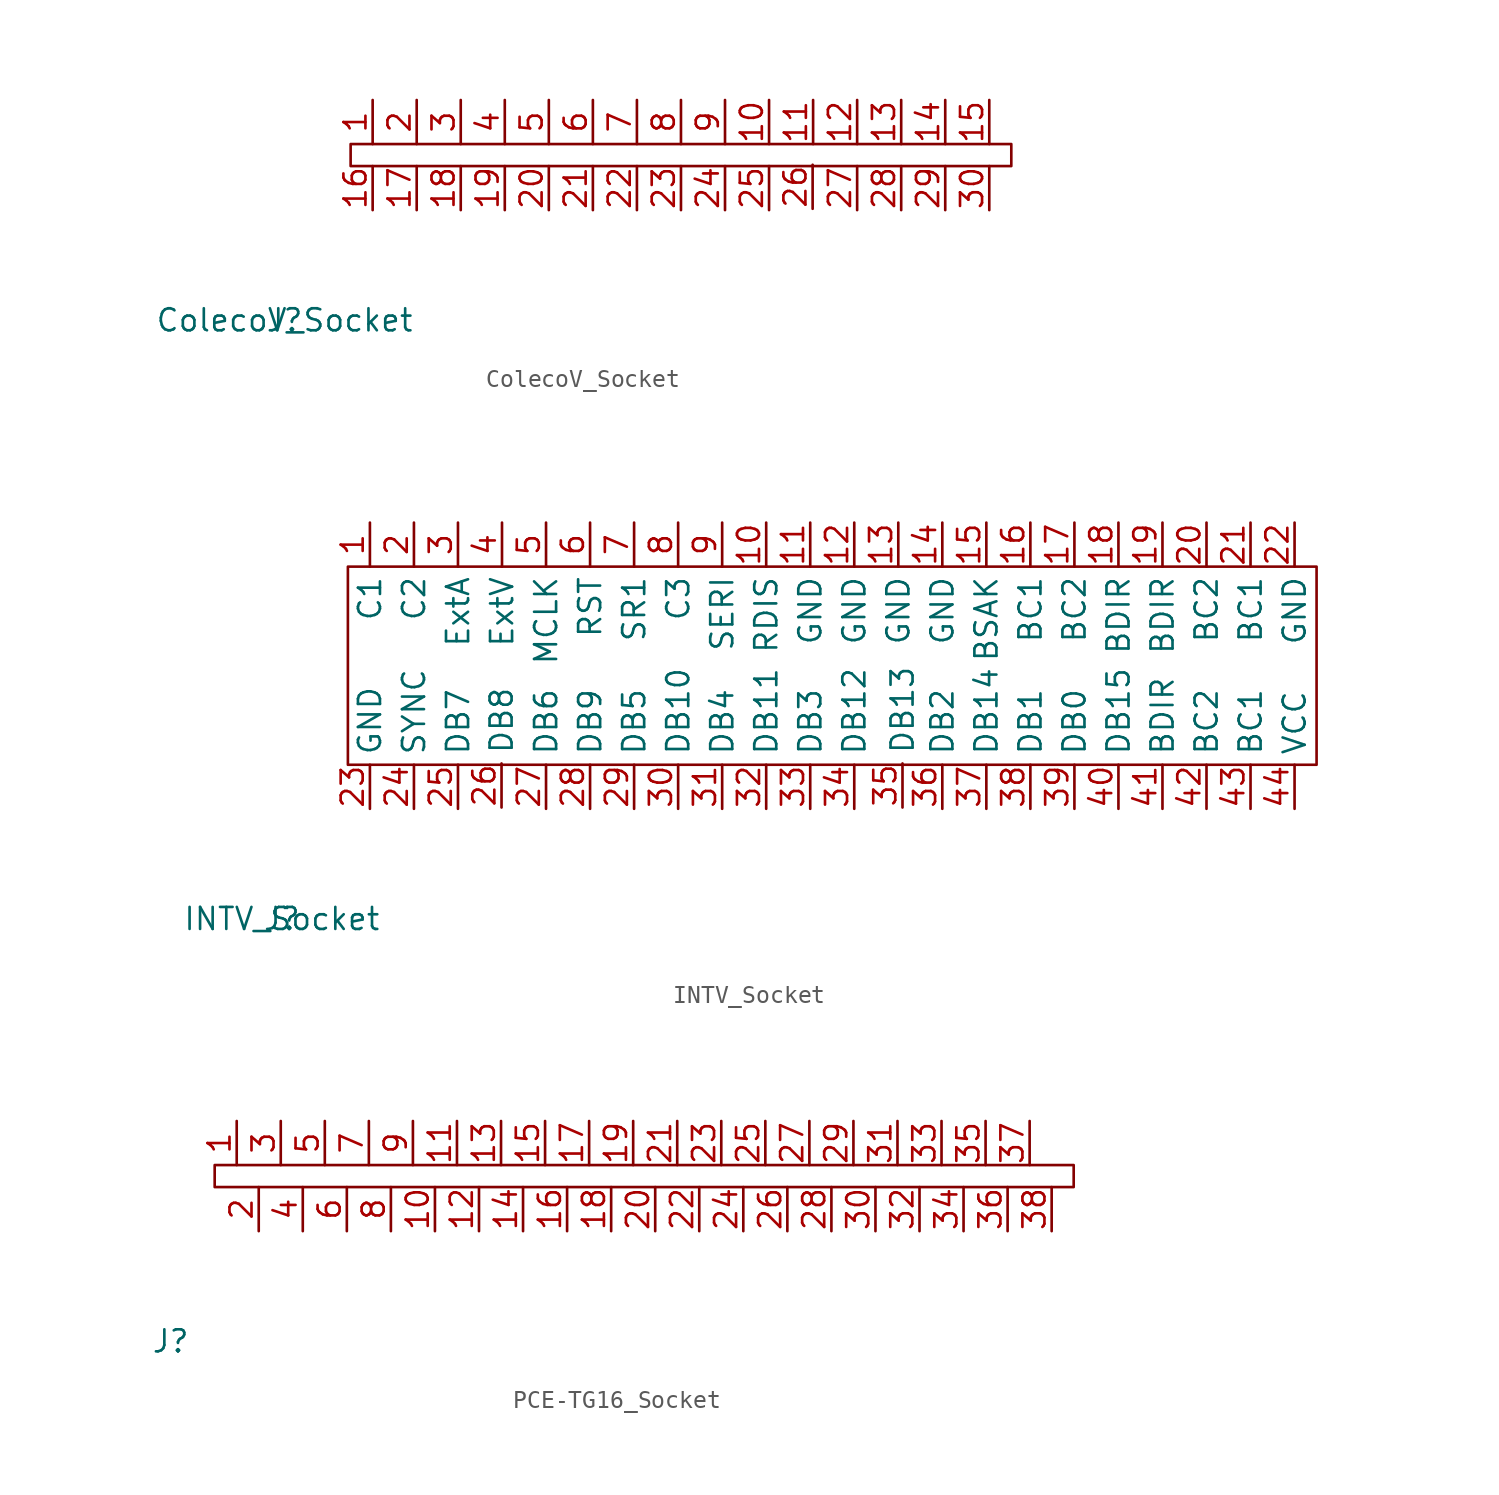
<source format=kicad_sym>
(kicad_symbol_lib
  (version 20211014)
  (generator kicad_symbol_editor)
  (symbol "ColecoV_Socket"
    (property "Reference" "J"
      (at 0 0 0)
      (effects (font (size 1.27 1.27))))
    (property "Value" "ColecoV_Socket"
      (at 0 0 0)
      (effects (font (size 1.27 1.27))))
    (symbol "ColecoV_Socket_0_1"
      (rectangle (start 3.81 10.16) (end 41.91 8.89) (stroke (width 0) (type default) (color 0 0 0 0)) (fill (type none))))
    (symbol "ColecoV_Socket_1_1"
      (pin input line (at 5.08 12.7 270) (length 2.54) (name "" (effects (font (size 1.27 1.27)))) (number "1" (effects (font (size 1.27 1.27)))))
      (pin input line (at 27.94 12.7 270) (length 2.54) (name "" (effects (font (size 1.27 1.27)))) (number "10" (effects (font (size 1.27 1.27)))))
      (pin input line (at 30.48 12.7 270) (length 2.54) (name "" (effects (font (size 1.27 1.27)))) (number "11" (effects (font (size 1.27 1.27)))))
      (pin input line (at 33.02 12.7 270) (length 2.54) (name "" (effects (font (size 1.27 1.27)))) (number "12" (effects (font (size 1.27 1.27)))))
      (pin input line (at 35.56 12.7 270) (length 2.54) (name "" (effects (font (size 1.27 1.27)))) (number "13" (effects (font (size 1.27 1.27)))))
      (pin input line (at 38.1 12.7 270) (length 2.54) (name "" (effects (font (size 1.27 1.27)))) (number "14" (effects (font (size 1.27 1.27)))))
      (pin input line (at 40.64 12.7 270) (length 2.54) (name "" (effects (font (size 1.27 1.27)))) (number "15" (effects (font (size 1.27 1.27)))))
      (pin input line (at 5.08 6.35 90) (length 2.54) (name "" (effects (font (size 1.27 1.27)))) (number "16" (effects (font (size 1.27 1.27)))))
      (pin input line (at 7.62 6.35 90) (length 2.54) (name "" (effects (font (size 1.27 1.27)))) (number "17" (effects (font (size 1.27 1.27)))))
      (pin input line (at 10.16 6.35 90) (length 2.54) (name "" (effects (font (size 1.27 1.27)))) (number "18" (effects (font (size 1.27 1.27)))))
      (pin input line (at 12.7 6.35 90) (length 2.54) (name "" (effects (font (size 1.27 1.27)))) (number "19" (effects (font (size 1.27 1.27)))))
      (pin input line (at 7.62 12.7 270) (length 2.54) (name "" (effects (font (size 1.27 1.27)))) (number "2" (effects (font (size 1.27 1.27)))))
      (pin input line (at 15.24 6.35 90) (length 2.54) (name "" (effects (font (size 1.27 1.27)))) (number "20" (effects (font (size 1.27 1.27)))))
      (pin input line (at 17.78 6.35 90) (length 2.54) (name "" (effects (font (size 1.27 1.27)))) (number "21" (effects (font (size 1.27 1.27)))))
      (pin input line (at 20.32 6.35 90) (length 2.54) (name "" (effects (font (size 1.27 1.27)))) (number "22" (effects (font (size 1.27 1.27)))))
      (pin input line (at 22.86 6.35 90) (length 2.54) (name "" (effects (font (size 1.27 1.27)))) (number "23" (effects (font (size 1.27 1.27)))))
      (pin input line (at 25.4 6.35 90) (length 2.54) (name "" (effects (font (size 1.27 1.27)))) (number "24" (effects (font (size 1.27 1.27)))))
      (pin input line (at 27.94 6.35 90) (length 2.54) (name "" (effects (font (size 1.27 1.27)))) (number "25" (effects (font (size 1.27 1.27)))))
      (pin input line (at 30.453 6.426 90) (length 2.54) (name "" (effects (font (size 1.27 1.27)))) (number "26" (effects (font (size 1.27 1.27)))))
      (pin input line (at 33.02 6.35 90) (length 2.54) (name "" (effects (font (size 1.27 1.27)))) (number "27" (effects (font (size 1.27 1.27)))))
      (pin input line (at 35.56 6.35 90) (length 2.54) (name "" (effects (font (size 1.27 1.27)))) (number "28" (effects (font (size 1.27 1.27)))))
      (pin input line (at 38.1 6.35 90) (length 2.54) (name "" (effects (font (size 1.27 1.27)))) (number "29" (effects (font (size 1.27 1.27)))))
      (pin input line (at 10.16 12.7 270) (length 2.54) (name "" (effects (font (size 1.27 1.27)))) (number "3" (effects (font (size 1.27 1.27)))))
      (pin input line (at 40.64 6.35 90) (length 2.54) (name "" (effects (font (size 1.27 1.27)))) (number "30" (effects (font (size 1.27 1.27)))))
      (pin input line (at 12.7 12.7 270) (length 2.54) (name "" (effects (font (size 1.27 1.27)))) (number "4" (effects (font (size 1.27 1.27)))))
      (pin input line (at 15.24 12.7 270) (length 2.54) (name "" (effects (font (size 1.27 1.27)))) (number "5" (effects (font (size 1.27 1.27)))))
      (pin input line (at 17.78 12.7 270) (length 2.54) (name "" (effects (font (size 1.27 1.27)))) (number "6" (effects (font (size 1.27 1.27)))))
      (pin input line (at 20.32 12.7 270) (length 2.54) (name "" (effects (font (size 1.27 1.27)))) (number "7" (effects (font (size 1.27 1.27)))))
      (pin input line (at 22.86 12.7 270) (length 2.54) (name "" (effects (font (size 1.27 1.27)))) (number "8" (effects (font (size 1.27 1.27)))))
      (pin input line (at 25.4 12.7 270) (length 2.54) (name "" (effects (font (size 1.27 1.27)))) (number "9" (effects (font (size 1.27 1.27)))))))
  (symbol "INTV_Socket"
    (property "Reference" "J"
      (at 0 0 0)
      (effects (font (size 1.27 1.27))))
    (property "Value" "INTV_Socket"
      (at 0 0 0)
      (effects (font (size 1.27 1.27))))
    (symbol "INTV_Socket_0_1"
      (rectangle (start 3.81 20.32) (end 59.69 8.89) (stroke (width 0) (type default) (color 0 0 0 0)) (fill (type none))))
    (symbol "INTV_Socket_1_1"
      (pin output line (at 5.08 22.86 270) (length 2.54) (name "C1" (effects (font (size 1.27 1.27)))) (number "1" (effects (font (size 1.27 1.27)))))
      (pin input line (at 27.94 22.86 270) (length 2.54) (name "RDIS" (effects (font (size 1.27 1.27)))) (number "10" (effects (font (size 1.27 1.27)))))
      (pin input line (at 30.48 22.86 270) (length 2.54) (name "GND" (effects (font (size 1.27 1.27)))) (number "11" (effects (font (size 1.27 1.27)))))
      (pin input line (at 33.02 22.86 270) (length 2.54) (name "GND" (effects (font (size 1.27 1.27)))) (number "12" (effects (font (size 1.27 1.27)))))
      (pin input line (at 35.56 22.86 270) (length 2.54) (name "GND" (effects (font (size 1.27 1.27)))) (number "13" (effects (font (size 1.27 1.27)))))
      (pin input line (at 38.1 22.86 270) (length 2.54) (name "GND" (effects (font (size 1.27 1.27)))) (number "14" (effects (font (size 1.27 1.27)))))
      (pin output line (at 40.64 22.86 270) (length 2.54) (name "BSAK" (effects (font (size 1.27 1.27)))) (number "15" (effects (font (size 1.27 1.27)))))
      (pin input line (at 43.18 22.86 270) (length 2.54) (name "BC1" (effects (font (size 1.27 1.27)))) (number "16" (effects (font (size 1.27 1.27)))))
      (pin input line (at 45.72 22.86 270) (length 2.54) (name "BC2" (effects (font (size 1.27 1.27)))) (number "17" (effects (font (size 1.27 1.27)))))
      (pin input line (at 48.26 22.86 270) (length 2.54) (name "BDIR" (effects (font (size 1.27 1.27)))) (number "18" (effects (font (size 1.27 1.27)))))
      (pin output line (at 50.8 22.86 270) (length 2.54) (name "BDIR" (effects (font (size 1.27 1.27)))) (number "19" (effects (font (size 1.27 1.27)))))
      (pin output line (at 7.62 22.86 270) (length 2.54) (name "C2" (effects (font (size 1.27 1.27)))) (number "2" (effects (font (size 1.27 1.27)))))
      (pin output line (at 53.34 22.86 270) (length 2.54) (name "BC2" (effects (font (size 1.27 1.27)))) (number "20" (effects (font (size 1.27 1.27)))))
      (pin output line (at 55.88 22.86 270) (length 2.54) (name "BC1" (effects (font (size 1.27 1.27)))) (number "21" (effects (font (size 1.27 1.27)))))
      (pin input line (at 58.42 22.86 270) (length 2.54) (name "GND" (effects (font (size 1.27 1.27)))) (number "22" (effects (font (size 1.27 1.27)))))
      (pin output line (at 5.08 6.35 90) (length 2.54) (name "GND" (effects (font (size 1.27 1.27)))) (number "23" (effects (font (size 1.27 1.27)))))
      (pin output line (at 7.62 6.35 90) (length 2.54) (name "SYNC" (effects (font (size 1.27 1.27)))) (number "24" (effects (font (size 1.27 1.27)))))
      (pin input line (at 10.16 6.35 90) (length 2.54) (name "DB7" (effects (font (size 1.27 1.27)))) (number "25" (effects (font (size 1.27 1.27)))))
      (pin input line (at 12.673 6.426 90) (length 2.54) (name "DB8" (effects (font (size 1.27 1.27)))) (number "26" (effects (font (size 1.27 1.27)))))
      (pin input line (at 15.24 6.35 90) (length 2.54) (name "DB6" (effects (font (size 1.27 1.27)))) (number "27" (effects (font (size 1.27 1.27)))))
      (pin input line (at 17.78 6.35 90) (length 2.54) (name "DB9" (effects (font (size 1.27 1.27)))) (number "28" (effects (font (size 1.27 1.27)))))
      (pin input line (at 20.32 6.35 90) (length 2.54) (name "DB5" (effects (font (size 1.27 1.27)))) (number "29" (effects (font (size 1.27 1.27)))))
      (pin input line (at 10.16 22.86 270) (length 2.54) (name "ExtA" (effects (font (size 1.27 1.27)))) (number "3" (effects (font (size 1.27 1.27)))))
      (pin input line (at 22.86 6.35 90) (length 2.54) (name "DB10" (effects (font (size 1.27 1.27)))) (number "30" (effects (font (size 1.27 1.27)))))
      (pin input line (at 25.4 6.35 90) (length 2.54) (name "DB4" (effects (font (size 1.27 1.27)))) (number "31" (effects (font (size 1.27 1.27)))))
      (pin input line (at 27.94 6.35 90) (length 2.54) (name "DB11" (effects (font (size 1.27 1.27)))) (number "32" (effects (font (size 1.27 1.27)))))
      (pin input line (at 30.48 6.35 90) (length 2.54) (name "DB3" (effects (font (size 1.27 1.27)))) (number "33" (effects (font (size 1.27 1.27)))))
      (pin input line (at 33.02 6.35 90) (length 2.54) (name "DB12" (effects (font (size 1.27 1.27)))) (number "34" (effects (font (size 1.27 1.27)))))
      (pin input line (at 35.803 6.426 90) (length 2.54) (name "DB13" (effects (font (size 1.27 1.27)))) (number "35" (effects (font (size 1.27 1.27)))))
      (pin input line (at 38.1 6.35 90) (length 2.54) (name "DB2" (effects (font (size 1.27 1.27)))) (number "36" (effects (font (size 1.27 1.27)))))
      (pin input line (at 40.64 6.35 90) (length 2.54) (name "DB14" (effects (font (size 1.27 1.27)))) (number "37" (effects (font (size 1.27 1.27)))))
      (pin input line (at 43.18 6.35 90) (length 2.54) (name "DB1" (effects (font (size 1.27 1.27)))) (number "38" (effects (font (size 1.27 1.27)))))
      (pin input line (at 45.72 6.35 90) (length 2.54) (name "DB0" (effects (font (size 1.27 1.27)))) (number "39" (effects (font (size 1.27 1.27)))))
      (pin input line (at 12.7 22.86 270) (length 2.54) (name "ExtV" (effects (font (size 1.27 1.27)))) (number "4" (effects (font (size 1.27 1.27)))))
      (pin input line (at 48.26 6.35 90) (length 2.54) (name "DB15" (effects (font (size 1.27 1.27)))) (number "40" (effects (font (size 1.27 1.27)))))
      (pin output line (at 50.8 6.35 90) (length 2.54) (name "BDIR" (effects (font (size 1.27 1.27)))) (number "41" (effects (font (size 1.27 1.27)))))
      (pin output line (at 53.34 6.35 90) (length 2.54) (name "BC2" (effects (font (size 1.27 1.27)))) (number "42" (effects (font (size 1.27 1.27)))))
      (pin output line (at 55.88 6.35 90) (length 2.54) (name "BC1" (effects (font (size 1.27 1.27)))) (number "43" (effects (font (size 1.27 1.27)))))
      (pin output line (at 58.42 6.35 90) (length 2.54) (name "VCC" (effects (font (size 1.27 1.27)))) (number "44" (effects (font (size 1.27 1.27)))))
      (pin output line (at 15.24 22.86 270) (length 2.54) (name "MCLK" (effects (font (size 1.27 1.27)))) (number "5" (effects (font (size 1.27 1.27)))))
      (pin input line (at 17.78 22.86 270) (length 2.54) (name "RST" (effects (font (size 1.27 1.27)))) (number "6" (effects (font (size 1.27 1.27)))))
      (pin output line (at 20.32 22.86 270) (length 2.54) (name "SR1" (effects (font (size 1.27 1.27)))) (number "7" (effects (font (size 1.27 1.27)))))
      (pin output line (at 22.86 22.86 270) (length 2.54) (name "C3" (effects (font (size 1.27 1.27)))) (number "8" (effects (font (size 1.27 1.27)))))
      (pin input line (at 25.4 22.86 270) (length 2.54) (name "SERI" (effects (font (size 1.27 1.27)))) (number "9" (effects (font (size 1.27 1.27)))))))
  (symbol "PCE-TG16_Socket"
    (property "Reference" "J"
      (at 0 0 0)
      (effects (font (size 1.27 1.27))))
    (symbol "PCE-TG16_Socket_0_1"
      (rectangle (start 2.54 10.16) (end 52.07 8.89) (stroke (width 0) (type default) (color 0 0 0 0)) (fill (type none))))
    (symbol "PCE-TG16_Socket_1_1"
      (pin input line (at 3.81 12.7 270) (length 2.54) (name "" (effects (font (size 1.27 1.27)))) (number "1" (effects (font (size 1.27 1.27)))))
      (pin input line (at 15.24 6.35 90) (length 2.54) (name "" (effects (font (size 1.27 1.27)))) (number "10" (effects (font (size 1.27 1.27)))))
      (pin input line (at 16.51 12.7 270) (length 2.54) (name "" (effects (font (size 1.27 1.27)))) (number "11" (effects (font (size 1.27 1.27)))))
      (pin input line (at 17.78 6.35 90) (length 2.54) (name "" (effects (font (size 1.27 1.27)))) (number "12" (effects (font (size 1.27 1.27)))))
      (pin input line (at 19.05 12.7 270) (length 2.54) (name "" (effects (font (size 1.27 1.27)))) (number "13" (effects (font (size 1.27 1.27)))))
      (pin input line (at 20.32 6.35 90) (length 2.54) (name "" (effects (font (size 1.27 1.27)))) (number "14" (effects (font (size 1.27 1.27)))))
      (pin input line (at 21.59 12.7 270) (length 2.54) (name "" (effects (font (size 1.27 1.27)))) (number "15" (effects (font (size 1.27 1.27)))))
      (pin input line (at 22.86 6.35 90) (length 2.54) (name "" (effects (font (size 1.27 1.27)))) (number "16" (effects (font (size 1.27 1.27)))))
      (pin input line (at 24.13 12.7 270) (length 2.54) (name "" (effects (font (size 1.27 1.27)))) (number "17" (effects (font (size 1.27 1.27)))))
      (pin input line (at 25.4 6.35 90) (length 2.54) (name "" (effects (font (size 1.27 1.27)))) (number "18" (effects (font (size 1.27 1.27)))))
      (pin input line (at 26.67 12.7 270) (length 2.54) (name "" (effects (font (size 1.27 1.27)))) (number "19" (effects (font (size 1.27 1.27)))))
      (pin input line (at 5.08 6.35 90) (length 2.54) (name "" (effects (font (size 1.27 1.27)))) (number "2" (effects (font (size 1.27 1.27)))))
      (pin input line (at 27.94 6.35 90) (length 2.54) (name "" (effects (font (size 1.27 1.27)))) (number "20" (effects (font (size 1.27 1.27)))))
      (pin input line (at 29.21 12.7 270) (length 2.54) (name "" (effects (font (size 1.27 1.27)))) (number "21" (effects (font (size 1.27 1.27)))))
      (pin input line (at 30.48 6.35 90) (length 2.54) (name "" (effects (font (size 1.27 1.27)))) (number "22" (effects (font (size 1.27 1.27)))))
      (pin input line (at 31.75 12.7 270) (length 2.54) (name "" (effects (font (size 1.27 1.27)))) (number "23" (effects (font (size 1.27 1.27)))))
      (pin input line (at 33.02 6.35 90) (length 2.54) (name "" (effects (font (size 1.27 1.27)))) (number "24" (effects (font (size 1.27 1.27)))))
      (pin input line (at 34.29 12.7 270) (length 2.54) (name "" (effects (font (size 1.27 1.27)))) (number "25" (effects (font (size 1.27 1.27)))))
      (pin input line (at 35.56 6.35 90) (length 2.54) (name "" (effects (font (size 1.27 1.27)))) (number "26" (effects (font (size 1.27 1.27)))))
      (pin input line (at 36.83 12.7 270) (length 2.54) (name "" (effects (font (size 1.27 1.27)))) (number "27" (effects (font (size 1.27 1.27)))))
      (pin input line (at 38.1 6.35 90) (length 2.54) (name "" (effects (font (size 1.27 1.27)))) (number "28" (effects (font (size 1.27 1.27)))))
      (pin input line (at 39.37 12.7 270) (length 2.54) (name "" (effects (font (size 1.27 1.27)))) (number "29" (effects (font (size 1.27 1.27)))))
      (pin input line (at 6.35 12.7 270) (length 2.54) (name "" (effects (font (size 1.27 1.27)))) (number "3" (effects (font (size 1.27 1.27)))))
      (pin input line (at 40.64 6.35 90) (length 2.54) (name "" (effects (font (size 1.27 1.27)))) (number "30" (effects (font (size 1.27 1.27)))))
      (pin input line (at 41.91 12.7 270) (length 2.54) (name "" (effects (font (size 1.27 1.27)))) (number "31" (effects (font (size 1.27 1.27)))))
      (pin input line (at 43.18 6.35 90) (length 2.54) (name "" (effects (font (size 1.27 1.27)))) (number "32" (effects (font (size 1.27 1.27)))))
      (pin input line (at 44.45 12.7 270) (length 2.54) (name "" (effects (font (size 1.27 1.27)))) (number "33" (effects (font (size 1.27 1.27)))))
      (pin input line (at 45.72 6.35 90) (length 2.54) (name "" (effects (font (size 1.27 1.27)))) (number "34" (effects (font (size 1.27 1.27)))))
      (pin input line (at 46.99 12.7 270) (length 2.54) (name "" (effects (font (size 1.27 1.27)))) (number "35" (effects (font (size 1.27 1.27)))))
      (pin input line (at 48.26 6.35 90) (length 2.54) (name "" (effects (font (size 1.27 1.27)))) (number "36" (effects (font (size 1.27 1.27)))))
      (pin input line (at 49.53 12.7 270) (length 2.54) (name "" (effects (font (size 1.27 1.27)))) (number "37" (effects (font (size 1.27 1.27)))))
      (pin input line (at 50.8 6.35 90) (length 2.54) (name "" (effects (font (size 1.27 1.27)))) (number "38" (effects (font (size 1.27 1.27)))))
      (pin input line (at 7.62 6.35 90) (length 2.54) (name "" (effects (font (size 1.27 1.27)))) (number "4" (effects (font (size 1.27 1.27)))))
      (pin input line (at 8.89 12.7 270) (length 2.54) (name "" (effects (font (size 1.27 1.27)))) (number "5" (effects (font (size 1.27 1.27)))))
      (pin input line (at 10.16 6.35 90) (length 2.54) (name "" (effects (font (size 1.27 1.27)))) (number "6" (effects (font (size 1.27 1.27)))))
      (pin input line (at 11.43 12.7 270) (length 2.54) (name "" (effects (font (size 1.27 1.27)))) (number "7" (effects (font (size 1.27 1.27)))))
      (pin input line (at 12.7 6.35 90) (length 2.54) (name "" (effects (font (size 1.27 1.27)))) (number "8" (effects (font (size 1.27 1.27)))))
      (pin input line (at 13.97 12.7 270) (length 2.54) (name "" (effects (font (size 1.27 1.27)))) (number "9" (effects (font (size 1.27 1.27))))))))
</source>
